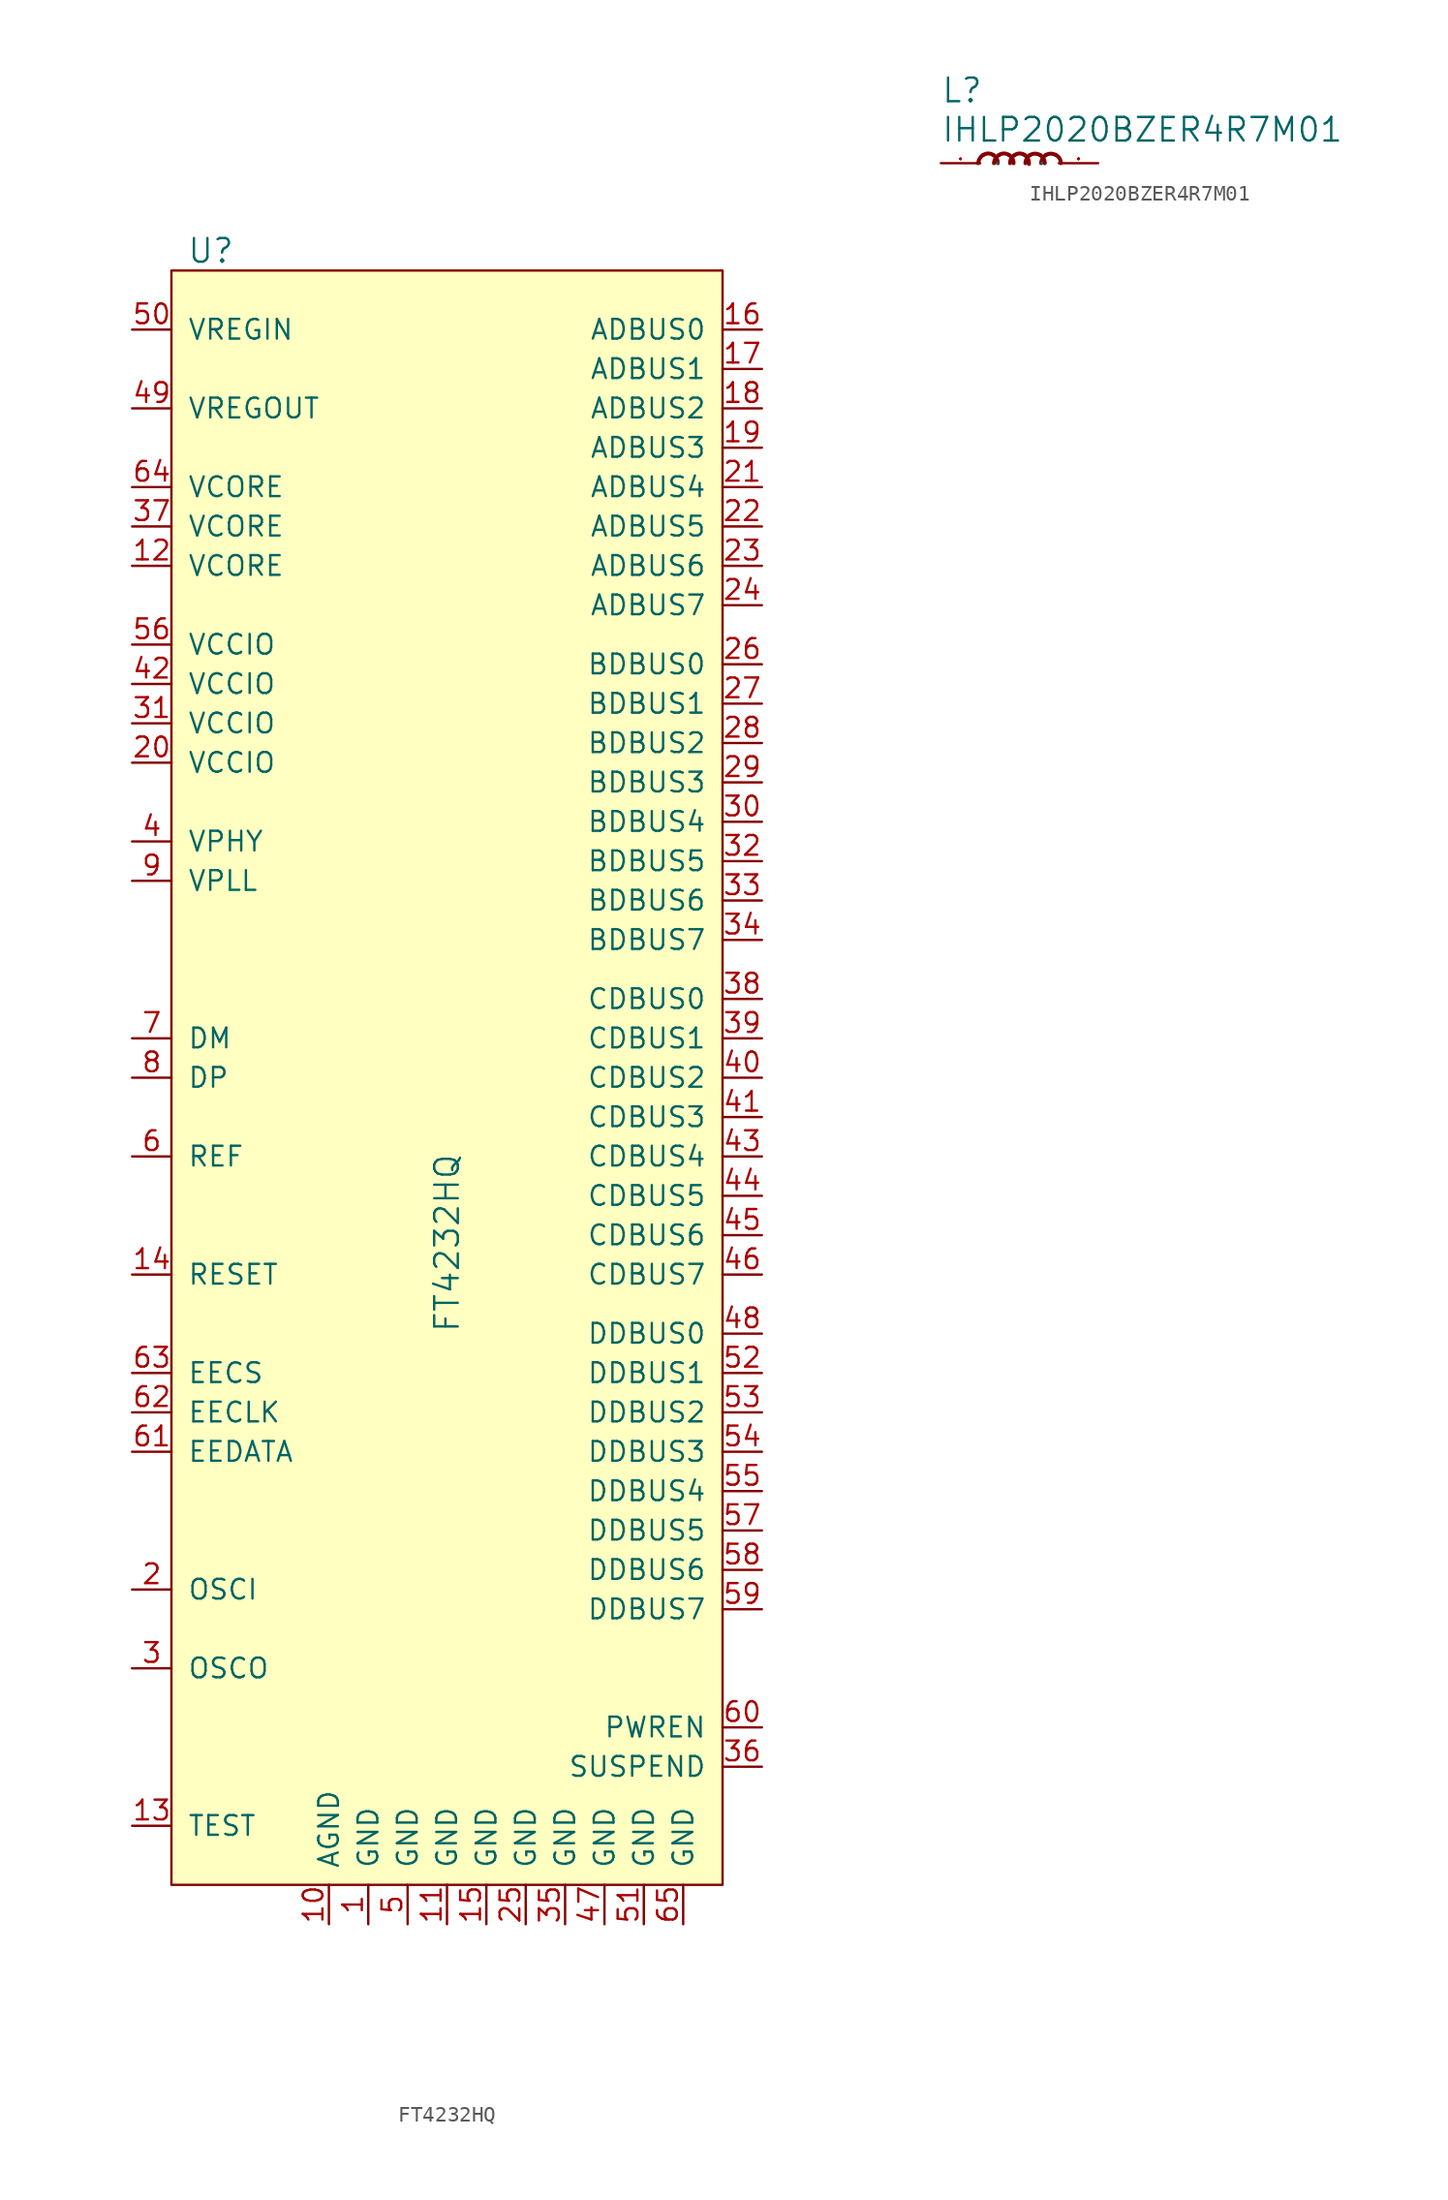
<source format=kicad_sym>
(kicad_symbol_lib
  (version 20211014)
  (generator kicad_symbol_editor)
  (symbol "FT4232HQ"
    (pin_names
      (offset 1.016))
    (property "Reference" "U"
      (at -15.24 59.69 0)
      (effects (font (size 1.524 1.524))))
    (property "Value" "FT4232HQ"
      (at 0 -10.16 90)
      (effects (font (size 1.524 1.524)) (justify left)))
    (symbol "FT4232HQ_0_1"
      (rectangle (start -17.78 58.42) (end 17.78 -45.72) (stroke (width 0) (type default) (color 0 0 0 0)) (fill (type background))))
    (symbol "FT4232HQ_1_1"
      (pin power_in line (at -5.08 -48.26 90) (length 2.54) (name "GND" (effects (font (size 1.27 1.27)))) (number "1" (effects (font (size 1.27 1.27)))))
      (pin power_in line (at -7.62 -48.26 90) (length 2.54) (name "AGND" (effects (font (size 1.27 1.27)))) (number "10" (effects (font (size 1.27 1.27)))))
      (pin power_in line (at 0 -48.26 90) (length 2.54) (name "GND" (effects (font (size 1.27 1.27)))) (number "11" (effects (font (size 1.27 1.27)))))
      (pin power_in line (at -20.32 39.37 0) (length 2.54) (name "VCORE" (effects (font (size 1.27 1.27)))) (number "12" (effects (font (size 1.27 1.27)))))
      (pin input line (at -20.32 -41.91 0) (length 2.54) (name "TEST" (effects (font (size 1.27 1.27)))) (number "13" (effects (font (size 1.27 1.27)))))
      (pin input line (at -20.32 -6.35 0) (length 2.54) (name "RESET" (effects (font (size 1.27 1.27)))) (number "14" (effects (font (size 1.27 1.27)))))
      (pin power_in line (at 2.54 -48.26 90) (length 2.54) (name "GND" (effects (font (size 1.27 1.27)))) (number "15" (effects (font (size 1.27 1.27)))))
      (pin bidirectional line (at 20.32 54.61 180) (length 2.54) (name "ADBUS0" (effects (font (size 1.27 1.27)))) (number "16" (effects (font (size 1.27 1.27)))))
      (pin bidirectional line (at 20.32 52.07 180) (length 2.54) (name "ADBUS1" (effects (font (size 1.27 1.27)))) (number "17" (effects (font (size 1.27 1.27)))))
      (pin bidirectional line (at 20.32 49.53 180) (length 2.54) (name "ADBUS2" (effects (font (size 1.27 1.27)))) (number "18" (effects (font (size 1.27 1.27)))))
      (pin bidirectional line (at 20.32 46.99 180) (length 2.54) (name "ADBUS3" (effects (font (size 1.27 1.27)))) (number "19" (effects (font (size 1.27 1.27)))))
      (pin input line (at -20.32 -26.67 0) (length 2.54) (name "OSCI" (effects (font (size 1.27 1.27)))) (number "2" (effects (font (size 1.27 1.27)))))
      (pin power_in line (at -20.32 26.67 0) (length 2.54) (name "VCCIO" (effects (font (size 1.27 1.27)))) (number "20" (effects (font (size 1.27 1.27)))))
      (pin bidirectional line (at 20.32 44.45 180) (length 2.54) (name "ADBUS4" (effects (font (size 1.27 1.27)))) (number "21" (effects (font (size 1.27 1.27)))))
      (pin bidirectional line (at 20.32 41.91 180) (length 2.54) (name "ADBUS5" (effects (font (size 1.27 1.27)))) (number "22" (effects (font (size 1.27 1.27)))))
      (pin bidirectional line (at 20.32 39.37 180) (length 2.54) (name "ADBUS6" (effects (font (size 1.27 1.27)))) (number "23" (effects (font (size 1.27 1.27)))))
      (pin bidirectional line (at 20.32 36.83 180) (length 2.54) (name "ADBUS7" (effects (font (size 1.27 1.27)))) (number "24" (effects (font (size 1.27 1.27)))))
      (pin power_in line (at 5.08 -48.26 90) (length 2.54) (name "GND" (effects (font (size 1.27 1.27)))) (number "25" (effects (font (size 1.27 1.27)))))
      (pin bidirectional line (at 20.32 33.02 180) (length 2.54) (name "BDBUS0" (effects (font (size 1.27 1.27)))) (number "26" (effects (font (size 1.27 1.27)))))
      (pin bidirectional line (at 20.32 30.48 180) (length 2.54) (name "BDBUS1" (effects (font (size 1.27 1.27)))) (number "27" (effects (font (size 1.27 1.27)))))
      (pin bidirectional line (at 20.32 27.94 180) (length 2.54) (name "BDBUS2" (effects (font (size 1.27 1.27)))) (number "28" (effects (font (size 1.27 1.27)))))
      (pin bidirectional line (at 20.32 25.4 180) (length 2.54) (name "BDBUS3" (effects (font (size 1.27 1.27)))) (number "29" (effects (font (size 1.27 1.27)))))
      (pin output line (at -20.32 -31.75 0) (length 2.54) (name "OSCO" (effects (font (size 1.27 1.27)))) (number "3" (effects (font (size 1.27 1.27)))))
      (pin bidirectional line (at 20.32 22.86 180) (length 2.54) (name "BDBUS4" (effects (font (size 1.27 1.27)))) (number "30" (effects (font (size 1.27 1.27)))))
      (pin power_in line (at -20.32 29.21 0) (length 2.54) (name "VCCIO" (effects (font (size 1.27 1.27)))) (number "31" (effects (font (size 1.27 1.27)))))
      (pin bidirectional line (at 20.32 20.32 180) (length 2.54) (name "BDBUS5" (effects (font (size 1.27 1.27)))) (number "32" (effects (font (size 1.27 1.27)))))
      (pin bidirectional line (at 20.32 17.78 180) (length 2.54) (name "BDBUS6" (effects (font (size 1.27 1.27)))) (number "33" (effects (font (size 1.27 1.27)))))
      (pin bidirectional line (at 20.32 15.24 180) (length 2.54) (name "BDBUS7" (effects (font (size 1.27 1.27)))) (number "34" (effects (font (size 1.27 1.27)))))
      (pin power_in line (at 7.62 -48.26 90) (length 2.54) (name "GND" (effects (font (size 1.27 1.27)))) (number "35" (effects (font (size 1.27 1.27)))))
      (pin output line (at 20.32 -38.1 180) (length 2.54) (name "SUSPEND" (effects (font (size 1.27 1.27)))) (number "36" (effects (font (size 1.27 1.27)))))
      (pin power_in line (at -20.32 41.91 0) (length 2.54) (name "VCORE" (effects (font (size 1.27 1.27)))) (number "37" (effects (font (size 1.27 1.27)))))
      (pin bidirectional line (at 20.32 11.43 180) (length 2.54) (name "CDBUS0" (effects (font (size 1.27 1.27)))) (number "38" (effects (font (size 1.27 1.27)))))
      (pin bidirectional line (at 20.32 8.89 180) (length 2.54) (name "CDBUS1" (effects (font (size 1.27 1.27)))) (number "39" (effects (font (size 1.27 1.27)))))
      (pin power_in line (at -20.32 21.59 0) (length 2.54) (name "VPHY" (effects (font (size 1.27 1.27)))) (number "4" (effects (font (size 1.27 1.27)))))
      (pin bidirectional line (at 20.32 6.35 180) (length 2.54) (name "CDBUS2" (effects (font (size 1.27 1.27)))) (number "40" (effects (font (size 1.27 1.27)))))
      (pin bidirectional line (at 20.32 3.81 180) (length 2.54) (name "CDBUS3" (effects (font (size 1.27 1.27)))) (number "41" (effects (font (size 1.27 1.27)))))
      (pin power_in line (at -20.32 31.75 0) (length 2.54) (name "VCCIO" (effects (font (size 1.27 1.27)))) (number "42" (effects (font (size 1.27 1.27)))))
      (pin bidirectional line (at 20.32 1.27 180) (length 2.54) (name "CDBUS4" (effects (font (size 1.27 1.27)))) (number "43" (effects (font (size 1.27 1.27)))))
      (pin bidirectional line (at 20.32 -1.27 180) (length 2.54) (name "CDBUS5" (effects (font (size 1.27 1.27)))) (number "44" (effects (font (size 1.27 1.27)))))
      (pin bidirectional line (at 20.32 -3.81 180) (length 2.54) (name "CDBUS6" (effects (font (size 1.27 1.27)))) (number "45" (effects (font (size 1.27 1.27)))))
      (pin bidirectional line (at 20.32 -6.35 180) (length 2.54) (name "CDBUS7" (effects (font (size 1.27 1.27)))) (number "46" (effects (font (size 1.27 1.27)))))
      (pin power_in line (at 10.16 -48.26 90) (length 2.54) (name "GND" (effects (font (size 1.27 1.27)))) (number "47" (effects (font (size 1.27 1.27)))))
      (pin bidirectional line (at 20.32 -10.16 180) (length 2.54) (name "DDBUS0" (effects (font (size 1.27 1.27)))) (number "48" (effects (font (size 1.27 1.27)))))
      (pin power_out line (at -20.32 49.53 0) (length 2.54) (name "VREGOUT" (effects (font (size 1.27 1.27)))) (number "49" (effects (font (size 1.27 1.27)))))
      (pin power_in line (at -2.54 -48.26 90) (length 2.54) (name "GND" (effects (font (size 1.27 1.27)))) (number "5" (effects (font (size 1.27 1.27)))))
      (pin power_in line (at -20.32 54.61 0) (length 2.54) (name "VREGIN" (effects (font (size 1.27 1.27)))) (number "50" (effects (font (size 1.27 1.27)))))
      (pin power_in line (at 12.7 -48.26 90) (length 2.54) (name "GND" (effects (font (size 1.27 1.27)))) (number "51" (effects (font (size 1.27 1.27)))))
      (pin bidirectional line (at 20.32 -12.7 180) (length 2.54) (name "DDBUS1" (effects (font (size 1.27 1.27)))) (number "52" (effects (font (size 1.27 1.27)))))
      (pin bidirectional line (at 20.32 -15.24 180) (length 2.54) (name "DDBUS2" (effects (font (size 1.27 1.27)))) (number "53" (effects (font (size 1.27 1.27)))))
      (pin bidirectional line (at 20.32 -17.78 180) (length 2.54) (name "DDBUS3" (effects (font (size 1.27 1.27)))) (number "54" (effects (font (size 1.27 1.27)))))
      (pin bidirectional line (at 20.32 -20.32 180) (length 2.54) (name "DDBUS4" (effects (font (size 1.27 1.27)))) (number "55" (effects (font (size 1.27 1.27)))))
      (pin power_in line (at -20.32 34.29 0) (length 2.54) (name "VCCIO" (effects (font (size 1.27 1.27)))) (number "56" (effects (font (size 1.27 1.27)))))
      (pin bidirectional line (at 20.32 -22.86 180) (length 2.54) (name "DDBUS5" (effects (font (size 1.27 1.27)))) (number "57" (effects (font (size 1.27 1.27)))))
      (pin bidirectional line (at 20.32 -25.4 180) (length 2.54) (name "DDBUS6" (effects (font (size 1.27 1.27)))) (number "58" (effects (font (size 1.27 1.27)))))
      (pin bidirectional line (at 20.32 -27.94 180) (length 2.54) (name "DDBUS7" (effects (font (size 1.27 1.27)))) (number "59" (effects (font (size 1.27 1.27)))))
      (pin input line (at -20.32 1.27 0) (length 2.54) (name "REF" (effects (font (size 1.27 1.27)))) (number "6" (effects (font (size 1.27 1.27)))))
      (pin output line (at 20.32 -35.56 180) (length 2.54) (name "PWREN" (effects (font (size 1.27 1.27)))) (number "60" (effects (font (size 1.27 1.27)))))
      (pin bidirectional line (at -20.32 -17.78 0) (length 2.54) (name "EEDATA" (effects (font (size 1.27 1.27)))) (number "61" (effects (font (size 1.27 1.27)))))
      (pin output line (at -20.32 -15.24 0) (length 2.54) (name "EECLK" (effects (font (size 1.27 1.27)))) (number "62" (effects (font (size 1.27 1.27)))))
      (pin bidirectional line (at -20.32 -12.7 0) (length 2.54) (name "EECS" (effects (font (size 1.27 1.27)))) (number "63" (effects (font (size 1.27 1.27)))))
      (pin power_in line (at -20.32 44.45 0) (length 2.54) (name "VCORE" (effects (font (size 1.27 1.27)))) (number "64" (effects (font (size 1.27 1.27)))))
      (pin power_in line (at 15.24 -48.26 90) (length 2.54) (name "GND" (effects (font (size 1.27 1.27)))) (number "65" (effects (font (size 1.27 1.27)))))
      (pin bidirectional line (at -20.32 8.89 0) (length 2.54) (name "DM" (effects (font (size 1.27 1.27)))) (number "7" (effects (font (size 1.27 1.27)))))
      (pin bidirectional line (at -20.32 6.35 0) (length 2.54) (name "DP" (effects (font (size 1.27 1.27)))) (number "8" (effects (font (size 1.27 1.27)))))
      (pin power_in line (at -20.32 19.05 0) (length 2.54) (name "VPLL" (effects (font (size 1.27 1.27)))) (number "9" (effects (font (size 1.27 1.27)))))))
  (symbol "IHLP2020BZER4R7M01"
    (pin_names
      (offset 1.016))
    (property "Reference" "L"
      (at -5.08 3.81 0)
      (effects (font (size 1.524 1.524)) (justify left bottom)))
    (property "Value" "IHLP2020BZER4R7M01"
      (at -5.08 1.27 0)
      (effects (font (size 1.524 1.524)) (justify left bottom)))
    (symbol "IHLP2020BZER4R7M01_0_1"
      (pin passive line (at -5.08 0 0) (length 2.54) (name "P" (effects (font (size 0.025 0.025)))) (number "1" (effects (font (size 0.025 0.025)))))
      (pin passive line (at 5.08 0 180) (length 2.54) (name "P" (effects (font (size 0.025 0.025)))) (number "2" (effects (font (size 0.025 0.025))))))
    (symbol "IHLP2020BZER4R7M01_1_1"
      (arc (start -2.3368 0.5334) (mid -2.5634 0.3084) (end -2.667 0) (stroke (width 0.254) (type default) (color 0 0 0 0)) (fill (type none)))
      (arc (start -1.7018 0.5334) (mid -2.021 0.6272) (end -2.3368 0.5334) (stroke (width 0.254) (type default) (color 0 0 0 0)) (fill (type none)))
      (arc (start -1.397 0) (mid -1.4773 0.309) (end -1.7018 0.5334) (stroke (width 0.254) (type default) (color 0 0 0 0)) (fill (type none)))
      (arc (start -1.3208 0.5334) (mid -1.5474 0.3084) (end -1.651 0) (stroke (width 0.254) (type default) (color 0 0 0 0)) (fill (type none)))
      (arc (start -0.6858 0.5334) (mid -1.005 0.6272) (end -1.3208 0.5334) (stroke (width 0.254) (type default) (color 0 0 0 0)) (fill (type none)))
      (arc (start -0.381 0) (mid -0.4613 0.309) (end -0.6858 0.5334) (stroke (width 0.254) (type default) (color 0 0 0 0)) (fill (type none)))
      (arc (start -0.3048 0.5334) (mid -0.5314 0.3084) (end -0.6096 0) (stroke (width 0.254) (type default) (color 0 0 0 0)) (fill (type none)))
      (arc (start 0.3302 0.5334) (mid 0.011 0.6272) (end -0.3048 0.5334) (stroke (width 0.254) (type default) (color 0 0 0 0)) (fill (type none)))
      (arc (start 0.6096 -0.0508) (mid 0.5463 0.2752) (end 0.3302 0.5334) (stroke (width 0.254) (type default) (color 0 0 0 0)) (fill (type none)))
      (arc (start 0.6858 0.5334) (mid 0.468 0.3053) (end 0.381 0) (stroke (width 0.254) (type default) (color 0 0 0 0)) (fill (type none)))
      (arc (start 1.3208 0.5334) (mid 1.0052 0.6142) (end 0.6858 0.5334) (stroke (width 0.254) (type default) (color 0 0 0 0)) (fill (type none)))
      (arc (start 1.6256 0) (mid 1.5432 0.306) (end 1.3208 0.5334) (stroke (width 0.254) (type default) (color 0 0 0 0)) (fill (type none)))
      (arc (start 1.7018 0.5334) (mid 1.484 0.3053) (end 1.397 0) (stroke (width 0.254) (type default) (color 0 0 0 0)) (fill (type none)))
      (arc (start 2.3368 0.5334) (mid 2.0212 0.6142) (end 1.7018 0.5334) (stroke (width 0.254) (type default) (color 0 0 0 0)) (fill (type none)))
      (arc (start 2.667 0) (mid 2.5812 0.3187) (end 2.3368 0.5334) (stroke (width 0.254) (type default) (color 0 0 0 0)) (fill (type none))))))
</source>
